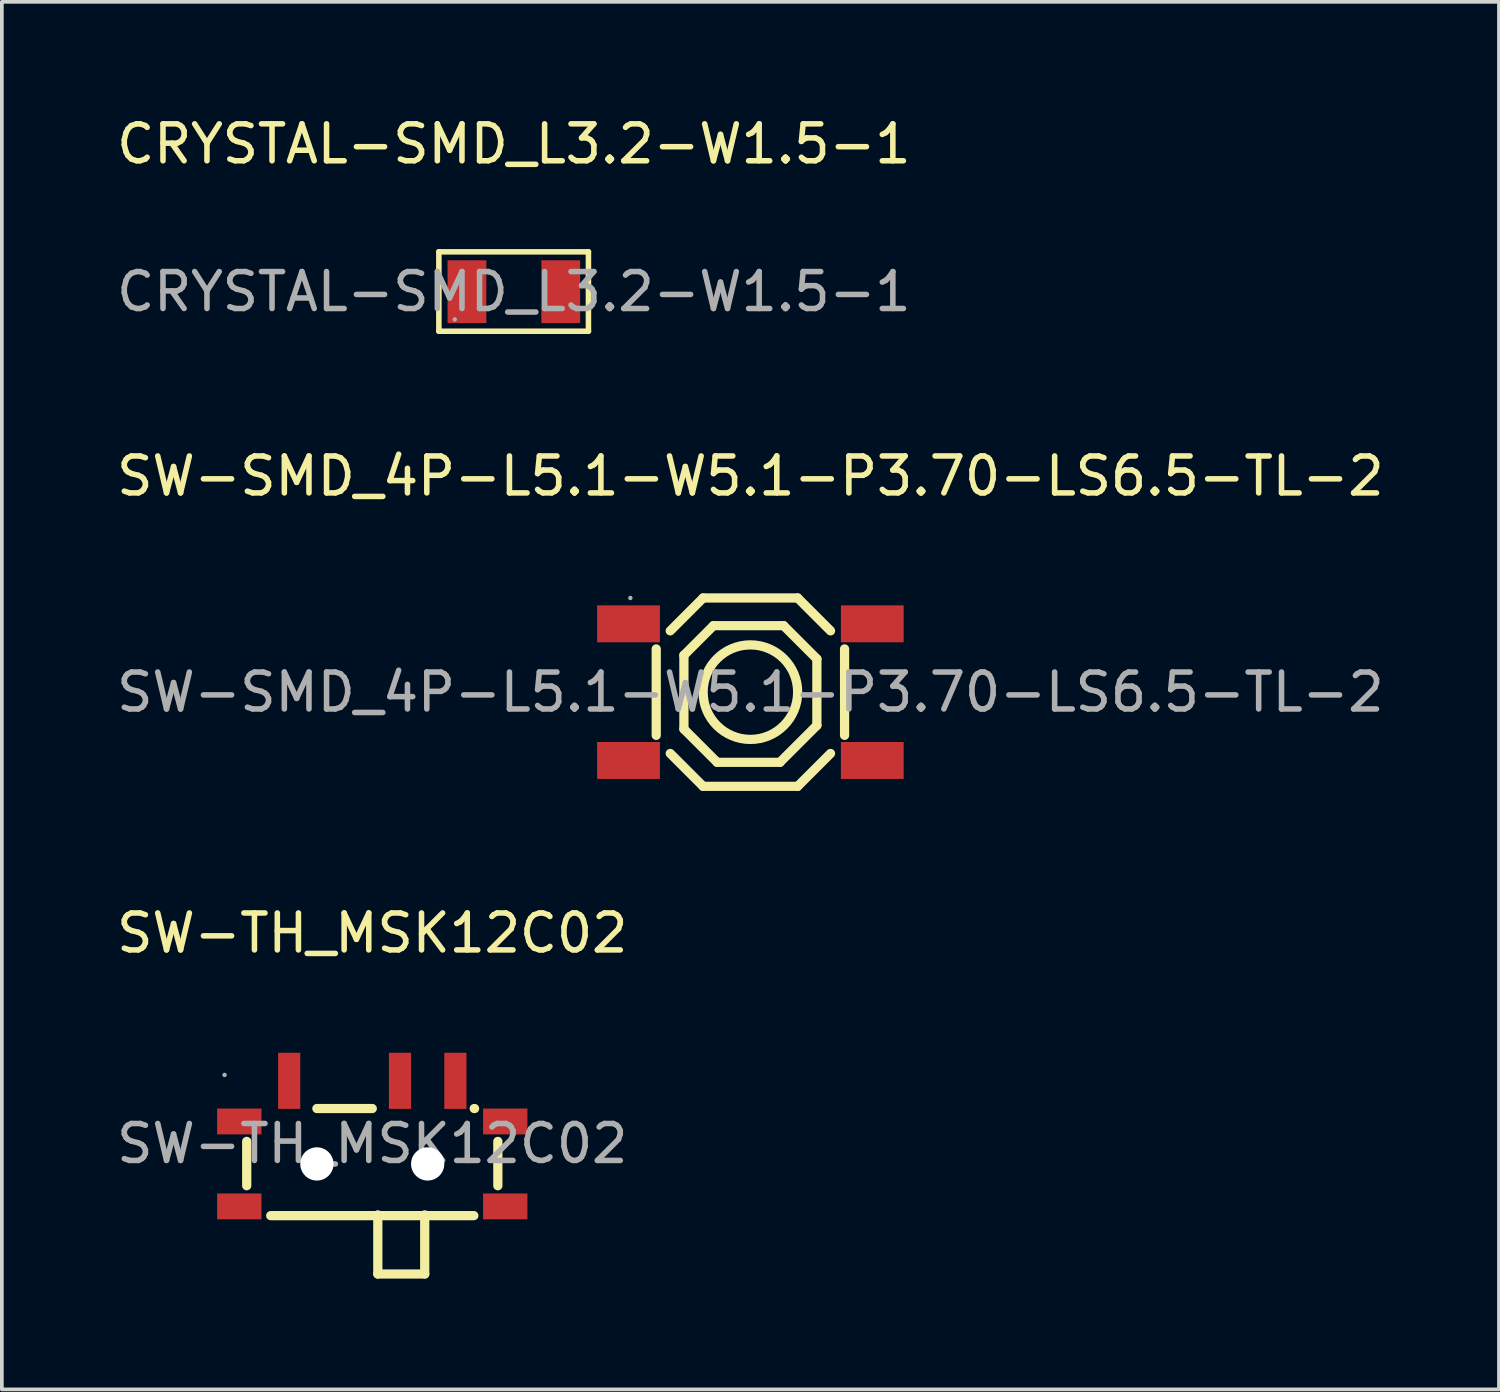
<source format=kicad_pcb>
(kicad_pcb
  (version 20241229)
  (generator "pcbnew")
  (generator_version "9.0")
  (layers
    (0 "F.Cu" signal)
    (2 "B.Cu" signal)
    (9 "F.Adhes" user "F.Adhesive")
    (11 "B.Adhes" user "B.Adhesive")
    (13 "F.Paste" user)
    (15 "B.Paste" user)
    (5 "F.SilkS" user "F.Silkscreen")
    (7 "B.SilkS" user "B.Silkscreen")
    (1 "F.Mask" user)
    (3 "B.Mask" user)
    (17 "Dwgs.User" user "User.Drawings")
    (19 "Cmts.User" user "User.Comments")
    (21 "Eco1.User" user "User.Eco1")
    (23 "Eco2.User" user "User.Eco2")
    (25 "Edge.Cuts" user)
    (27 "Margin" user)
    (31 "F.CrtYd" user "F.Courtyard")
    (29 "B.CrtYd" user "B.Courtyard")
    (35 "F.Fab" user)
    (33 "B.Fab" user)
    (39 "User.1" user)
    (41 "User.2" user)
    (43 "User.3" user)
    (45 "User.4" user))
  (footprint "SW-SMD_4P-L5.1-W5.1-P3.70-LS6.5-TL-2"
    (layer "F.Cu")
    (at 17.268 15.691)
    (property "Reference" "SW-SMD_4P-L5.1-W5.1-P3.70-LS6.5-TL-2" (at 0 -5.85 0) (layer "F.SilkS") (effects (font (size 1 1) (thickness 0.15))))
    (attr smd)
    (fp_line (start -2.55 -1.17) (end -2.55 1.17) (stroke (width 0.25) (type solid)) (layer "F.SilkS"))
    (fp_line (start -2.17 1.66) (end -1.28 2.55) (stroke (width 0.25) (type solid)) (layer "F.SilkS"))
    (fp_line (start -1.8 -1) (end -1 -1.8) (stroke (width 0.25) (type solid)) (layer "F.SilkS"))
    (fp_line (start -1.8 1) (end -1.8 -1) (stroke (width 0.25) (type solid)) (layer "F.SilkS"))
    (fp_line (start -1.28 -2.55) (end -2.17 -1.66) (stroke (width 0.25) (type solid)) (layer "F.SilkS"))
    (fp_line (start -1.28 -2.55) (end 1.28 -2.55) (stroke (width 0.25) (type solid)) (layer "F.SilkS"))
    (fp_line (start -1.28 2.55) (end 1.28 2.55) (stroke (width 0.25) (type solid)) (layer "F.SilkS"))
    (fp_line (start -1 -1.8) (end 0.9 -1.8) (stroke (width 0.25) (type solid)) (layer "F.SilkS"))
    (fp_line (start -0.9 1.9) (end -1.8 1) (stroke (width 0.25) (type solid)) (layer "F.SilkS"))
    (fp_line (start 0.8 1.9) (end -0.9 1.9) (stroke (width 0.25) (type solid)) (layer "F.SilkS"))
    (fp_line (start 0.9 -1.8) (end 1.8 -0.9) (stroke (width 0.25) (type solid)) (layer "F.SilkS"))
    (fp_line (start 1.28 -2.55) (end 2.17 -1.66) (stroke (width 0.25) (type solid)) (layer "F.SilkS"))
    (fp_line (start 1.8 -0.9) (end 1.8 0.9) (stroke (width 0.25) (type solid)) (layer "F.SilkS"))
    (fp_line (start 1.8 0.9) (end 0.8 1.9) (stroke (width 0.25) (type solid)) (layer "F.SilkS"))
    (fp_line (start 2.17 1.66) (end 1.28 2.55) (stroke (width 0.25) (type solid)) (layer "F.SilkS"))
    (fp_line (start 2.55 -1.17) (end 2.55 1.17) (stroke (width 0.25) (type solid)) (layer "F.SilkS"))
    (fp_circle (center 0 0) (end 1.28 0) (stroke (width 0.25) (type solid)) (fill no) (layer "F.SilkS"))
    (fp_circle (center -3.25 -2.55) (end -3.22 -2.55) (stroke (width 0.06) (type solid)) (fill no) (layer "F.Fab"))
    (fp_text user "${REFERENCE}" (at 0 0 0) (layer "F.Fab") (effects (font (size 1 1) (thickness 0.15))))
    (pad "1" smd rect (at -3.3 -1.85) (size 1.7 1) (layers "F.Cu" "F.Mask" "F.Paste"))
    (pad "2" smd rect (at 3.3 -1.85) (size 1.7 1) (layers "F.Cu" "F.Mask" "F.Paste"))
    (pad "3" smd rect (at -3.3 1.85) (size 1.7 1) (layers "F.Cu" "F.Mask" "F.Paste"))
    (pad "4" smd rect (at 3.3 1.85) (size 1.7 1) (layers "F.Cu" "F.Mask" "F.Paste")))
  (footprint "SW-TH_MSK12C02"
    (layer "F.Cu")
    (at 7.03 27.915)
    (property "Reference" "SW-TH_MSK12C02" (at 0 -5.7 0) (layer "F.SilkS") (effects (font (size 1 1) (thickness 0.15))))
    (attr smd)
    (fp_line (start -3.4 -0.06) (end -3.4 1.14) (stroke (width 0.25) (type solid)) (layer "F.SilkS"))
    (fp_line (start -2.75 1.95) (end 2.75 1.95) (stroke (width 0.25) (type solid)) (layer "F.SilkS"))
    (fp_line (start -1.5 -0.95) (end 0 -0.95) (stroke (width 0.25) (type solid)) (layer "F.SilkS"))
    (fp_line (start 0.15 1.93) (end 0.15 3.53) (stroke (width 0.25) (type solid)) (layer "F.SilkS"))
    (fp_line (start 0.15 3.53) (end 1.42 3.53) (stroke (width 0.25) (type solid)) (layer "F.SilkS"))
    (fp_line (start 1.42 3.53) (end 1.42 1.93) (stroke (width 0.25) (type solid)) (layer "F.SilkS"))
    (fp_line (start 2.77 -0.95) (end 2.76 -0.95) (stroke (width 0.25) (type solid)) (layer "F.SilkS"))
    (fp_line (start 3.4 -0.06) (end 3.4 1.14) (stroke (width 0.25) (type solid)) (layer "F.SilkS"))
    (fp_circle (center -4 -1.86) (end -3.97 -1.86) (stroke (width 0.06) (type solid)) (fill no) (layer "F.Fab"))
    (fp_text user "${REFERENCE}" (at 0 0 0) (layer "F.Fab") (effects (font (size 1 1) (thickness 0.15))))
    (pad "" np_thru_hole circle (at -1.5 0.55) (size 0.9 0.9) (drill 0.9) (layers "*.Cu" "*.Mask"))
    (pad "" np_thru_hole circle (at 1.5 0.55) (size 0.9 0.9) (drill 0.9) (layers "*.Cu" "*.Mask"))
    (pad "1" smd rect (at -2.25 -1.7 90) (size 1.52 0.6) (layers "F.Cu" "F.Mask" "F.Paste"))
    (pad "2" smd rect (at 0.75 -1.7 90) (size 1.52 0.6) (layers "F.Cu" "F.Mask" "F.Paste"))
    (pad "3" smd rect (at 2.25 -1.7 90) (size 1.52 0.6) (layers "F.Cu" "F.Mask" "F.Paste"))
    (pad "4" smd rect (at -3.6 -0.6 180) (size 1.2 0.7) (layers "F.Cu" "F.Mask" "F.Paste"))
    (pad "4" smd rect (at -3.6 1.7 180) (size 1.2 0.7) (layers "F.Cu" "F.Mask" "F.Paste"))
    (pad "4" smd rect (at 3.6 -0.6 180) (size 1.2 0.7) (layers "F.Cu" "F.Mask" "F.Paste"))
    (pad "4" smd rect (at 3.6 1.7 180) (size 1.2 0.7) (layers "F.Cu" "F.Mask" "F.Paste")))
  (footprint "CRYSTAL-SMD_L3.2-W1.5-1"
    (layer "F.Cu")
    (at 10.863 4.848)
    (property "Reference" "CRYSTAL-SMD_L3.2-W1.5-1" (at 0 -4 0) (layer "F.SilkS") (effects (font (size 1 1) (thickness 0.15))))
    (attr smd)
    (fp_line (start -2.03 -1.08) (end 2.02 -1.08) (stroke (width 0.15) (type solid)) (layer "F.SilkS"))
    (fp_line (start -2.03 1.07) (end -2.03 -1.08) (stroke (width 0.15) (type solid)) (layer "F.SilkS"))
    (fp_line (start 2.02 -1.08) (end 2.02 1.07) (stroke (width 0.15) (type solid)) (layer "F.SilkS"))
    (fp_line (start 2.02 1.07) (end -2.03 1.07) (stroke (width 0.15) (type solid)) (layer "F.SilkS"))
    (fp_circle (center -1.6 0.75) (end -1.57 0.75) (stroke (width 0.06) (type solid)) (fill no) (layer "F.Fab"))
    (fp_text user "${REFERENCE}" (at 0 0 0) (layer "F.Fab") (effects (font (size 1 1) (thickness 0.15))))
    (pad "1" smd rect (at -1.27 0) (size 1.05 1.7) (layers "F.Cu" "F.Mask" "F.Paste"))
    (pad "2" smd rect (at 1.27 0) (size 1.05 1.7) (layers "F.Cu" "F.Mask" "F.Paste")))
  (gr_rect
    (start -3 -3)
    (end 37.536 34.57)
    (stroke (width 0.1) (type default))
    (fill no)
    (layer "Edge.Cuts")))
</source>
